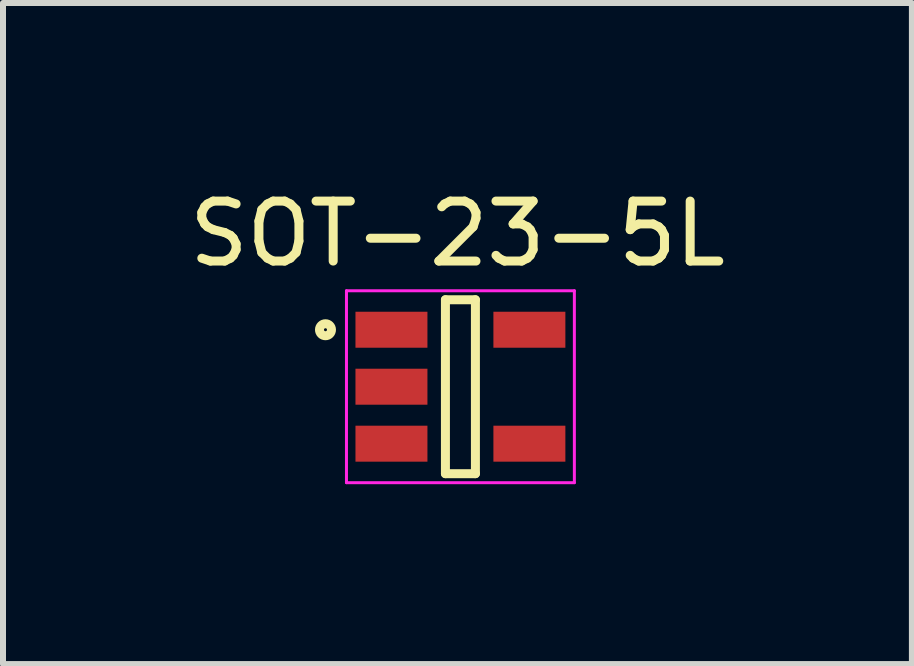
<source format=kicad_pcb>
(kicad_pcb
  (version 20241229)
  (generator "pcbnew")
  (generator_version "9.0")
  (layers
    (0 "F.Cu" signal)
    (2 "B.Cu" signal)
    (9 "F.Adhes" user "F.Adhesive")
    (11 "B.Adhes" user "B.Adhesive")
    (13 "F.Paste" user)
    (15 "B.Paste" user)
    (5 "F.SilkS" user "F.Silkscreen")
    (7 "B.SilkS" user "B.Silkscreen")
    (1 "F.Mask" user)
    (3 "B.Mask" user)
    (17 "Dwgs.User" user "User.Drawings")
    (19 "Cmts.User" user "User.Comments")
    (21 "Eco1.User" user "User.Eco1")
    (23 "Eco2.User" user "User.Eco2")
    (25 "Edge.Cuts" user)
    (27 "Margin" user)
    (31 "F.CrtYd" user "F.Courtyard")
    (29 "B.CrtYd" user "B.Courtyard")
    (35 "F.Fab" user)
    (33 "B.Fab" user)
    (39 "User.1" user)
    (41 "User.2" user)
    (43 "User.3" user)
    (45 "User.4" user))
  (footprint "SOT-23-5L"
    (layer "F.Cu")
    (at 4.627 3.398)
    (property "Reference" "SOT-23-5L" (at -0.05 -2.55 0) (layer "F.SilkS") (effects (font (size 1 1) (thickness 0.15))))
    (attr smd)
    (fp_line (start -0.25 -1.45) (end -0.25 1.45) (stroke (width 0.15) (type solid)) (layer "F.SilkS"))
    (fp_line (start -0.25 1.45) (end 0.25 1.45) (stroke (width 0.15) (type solid)) (layer "F.SilkS"))
    (fp_line (start 0.25 -1.45) (end -0.25 -1.45) (stroke (width 0.15) (type solid)) (layer "F.SilkS"))
    (fp_line (start 0.25 1.45) (end 0.25 -1.45) (stroke (width 0.15) (type solid)) (layer "F.SilkS"))
    (fp_circle (center -2.25 -0.95) (end -2.15 -0.95) (stroke (width 0.15) (type solid)) (fill no) (layer "F.SilkS"))
    (fp_line (start -1.9 -1.6) (end 1.9 -1.6) (stroke (width 0.05) (type solid)) (layer "F.CrtYd"))
    (fp_line (start -1.9 1.6) (end -1.9 -1.6) (stroke (width 0.05) (type solid)) (layer "F.CrtYd"))
    (fp_line (start 1.9 -1.6) (end 1.9 1.6) (stroke (width 0.05) (type solid)) (layer "F.CrtYd"))
    (fp_line (start 1.9 1.6) (end -1.9 1.6) (stroke (width 0.05) (type solid)) (layer "F.CrtYd"))
    (pad "1" smd rect (at -1.15 -0.95) (size 1.2 0.6) (layers "F.Cu" "F.Mask" "F.Paste"))
    (pad "2" smd rect (at -1.15 0) (size 1.2 0.6) (layers "F.Cu" "F.Mask" "F.Paste"))
    (pad "3" smd rect (at -1.15 0.95) (size 1.2 0.6) (layers "F.Cu" "F.Mask" "F.Paste"))
    (pad "4" smd rect (at 1.15 0.95) (size 1.2 0.6) (layers "F.Cu" "F.Mask" "F.Paste"))
    (pad "5" smd rect (at 1.15 -0.95) (size 1.2 0.6) (layers "F.Cu" "F.Mask" "F.Paste")))
  (gr_rect
    (start -3 -3)
    (end 12.155 8.023)
    (stroke (width 0.1) (type default))
    (fill no)
    (layer "Edge.Cuts")))
</source>
